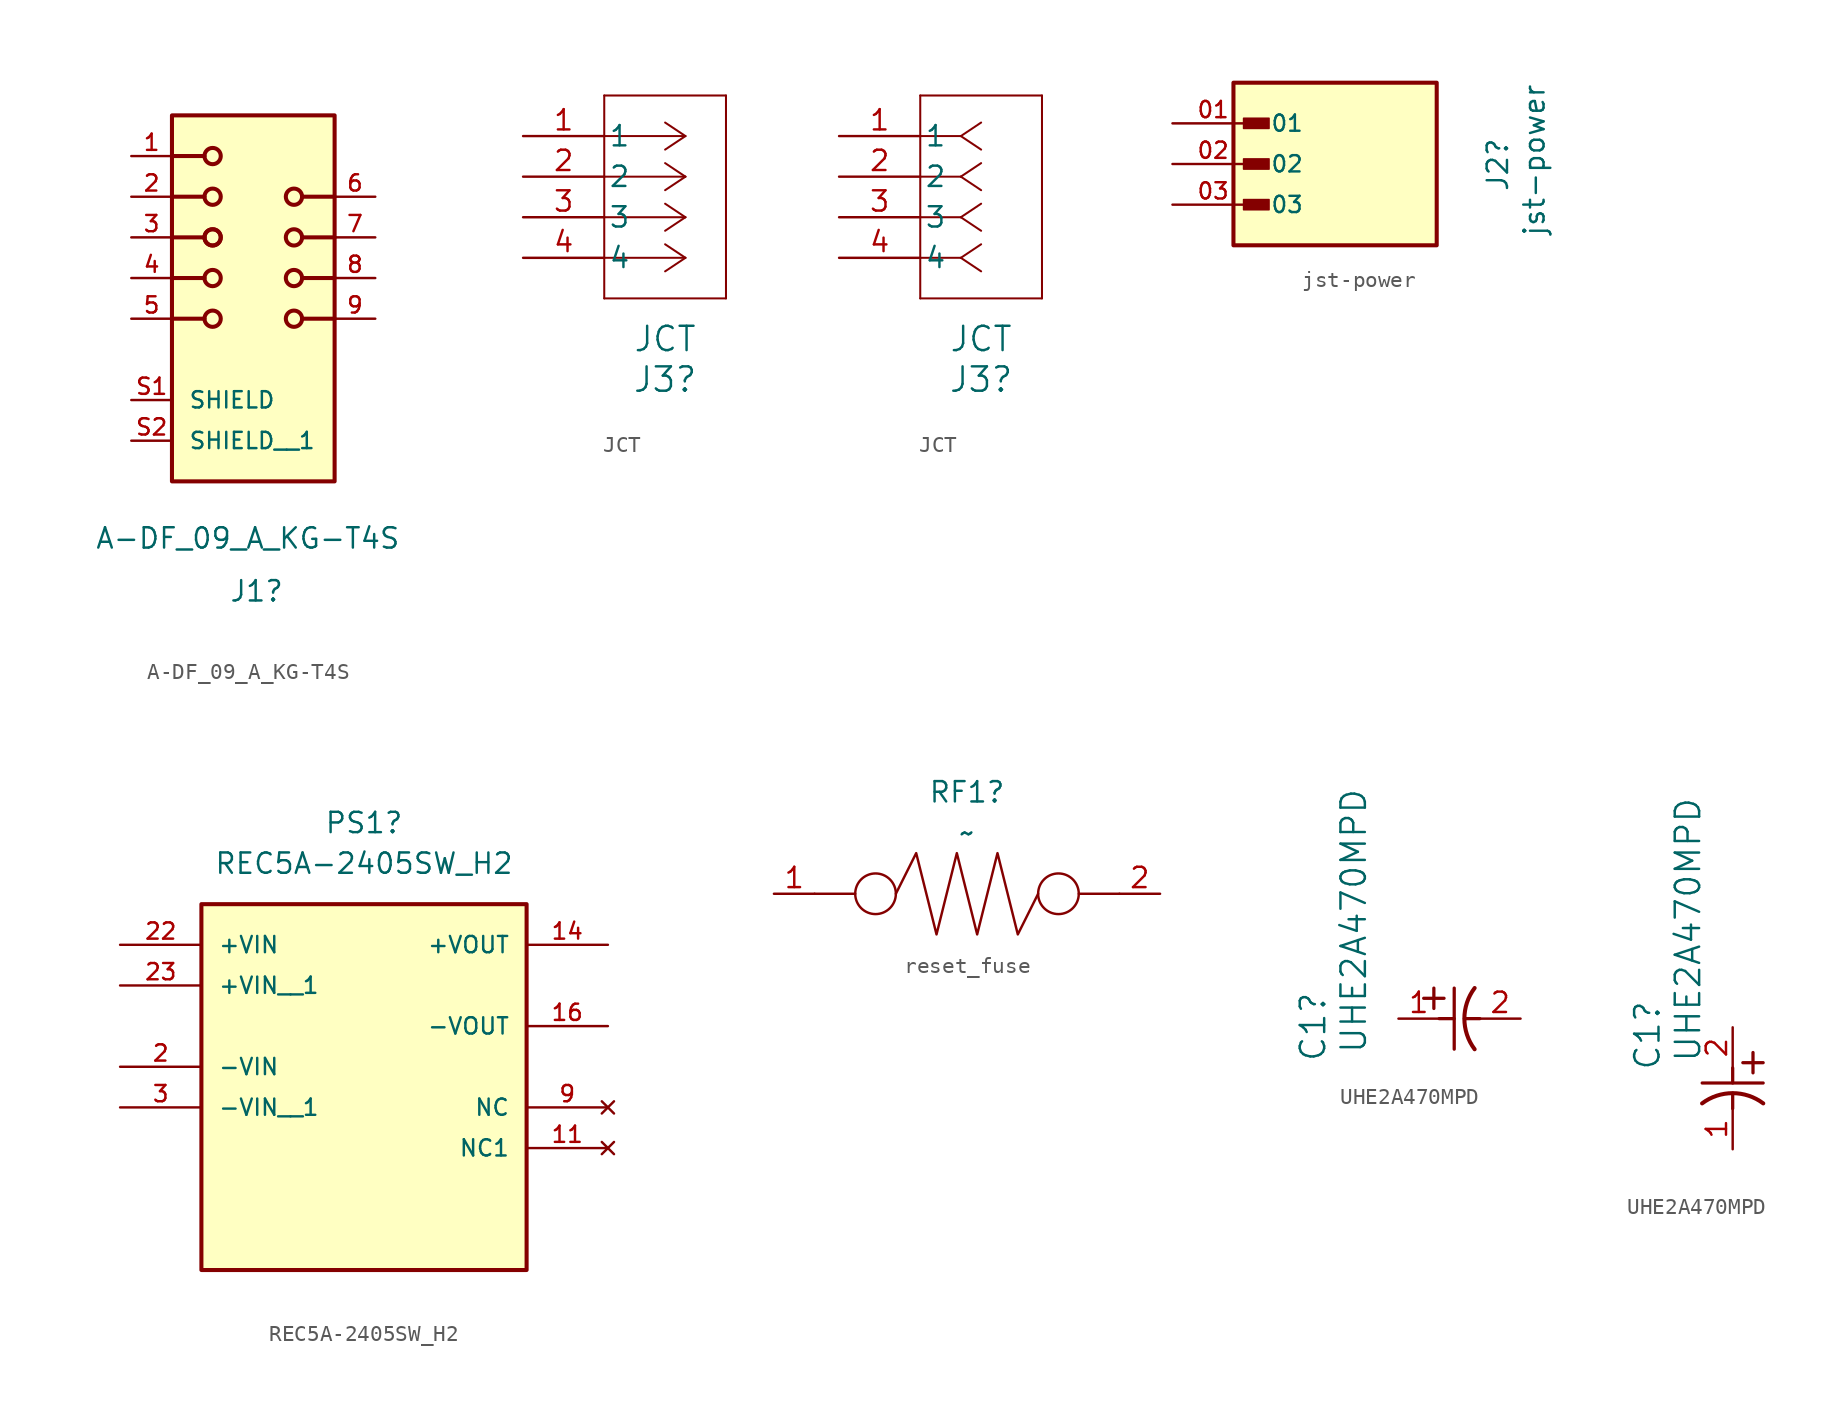
<source format=kicad_sym>
(kicad_symbol_lib
  (version 20241209)
  (generator "kicad_symbol_editor")
  (generator_version "9.0")
  (symbol "A-DF_09_A_KG-T4S"
    (pin_names
      (offset 1.016))
    (property "Reference" "J1"
      (at -1.524 -19.558 0)
      (effects (font (size 1.27 1.27)) (justify left)))
    (property "Value" "A-DF_09_A_KG-T4S"
      (at -9.906 -16.256 0)
      (effects (font (size 1.27 1.27)) (justify left)))
    (symbol "A-DF_09_A_KG-T4S_0_0"
      (polyline (pts (xy -5.08 7.62) (xy -3.048 7.62)) (stroke (width 0.254) (type default)) (fill (type none)))
      (polyline (pts (xy -5.08 5.08) (xy -3.048 5.08)) (stroke (width 0.254) (type default)) (fill (type none)))
      (polyline (pts (xy -5.08 2.54) (xy -3.048 2.54)) (stroke (width 0.254) (type default)) (fill (type none)))
      (polyline (pts (xy -5.08 0) (xy -3.048 0)) (stroke (width 0.254) (type default)) (fill (type none)))
      (polyline (pts (xy -5.08 -2.54) (xy -3.048 -2.54)) (stroke (width 0.254) (type default)) (fill (type none)))
      (rectangle (start -5.08 -12.7) (end 5.08 10.16) (stroke (width 0.254) (type default)) (fill (type background)))
      (circle (center -2.54 7.62) (radius 0.508) (stroke (width 0.254) (type default)) (fill (type none)))
      (circle (center -2.54 5.08) (radius 0.508) (stroke (width 0.254) (type default)) (fill (type none)))
      (circle (center -2.54 2.54) (radius 0.508) (stroke (width 0.254) (type default)) (fill (type none)))
      (circle (center -2.54 2.54) (radius 0.508) (stroke (width 0.254) (type default)) (fill (type none)))
      (circle (center -2.54 0) (radius 0.508) (stroke (width 0.254) (type default)) (fill (type none)))
      (circle (center -2.54 -2.54) (radius 0.508) (stroke (width 0.254) (type default)) (fill (type none)))
      (circle (center 2.54 5.08) (radius 0.508) (stroke (width 0.254) (type default)) (fill (type none)))
      (circle (center 2.54 2.54) (radius 0.508) (stroke (width 0.254) (type default)) (fill (type none)))
      (circle (center 2.54 0) (radius 0.508) (stroke (width 0.254) (type default)) (fill (type none)))
      (circle (center 2.54 -2.54) (radius 0.508) (stroke (width 0.254) (type default)) (fill (type none)))
      (polyline (pts (xy 5.08 5.08) (xy 3.048 5.08)) (stroke (width 0.254) (type default)) (fill (type none)))
      (polyline (pts (xy 5.08 2.54) (xy 3.048 2.54)) (stroke (width 0.254) (type default)) (fill (type none)))
      (polyline (pts (xy 5.08 0) (xy 3.048 0)) (stroke (width 0.254) (type default)) (fill (type none)))
      (polyline (pts (xy 5.08 -2.54) (xy 3.048 -2.54)) (stroke (width 0.254) (type default)) (fill (type none)))
      (pin passive line (at -7.62 7.62 0) (length 2.54) (name "~" (effects (font (size 1.016 1.016)))) (number "1" (effects (font (size 1.016 1.016)))))
      (pin passive line (at -7.62 5.08 0) (length 2.54) (name "~" (effects (font (size 1.016 1.016)))) (number "2" (effects (font (size 1.016 1.016)))))
      (pin passive line (at -7.62 2.54 0) (length 2.54) (name "~" (effects (font (size 1.016 1.016)))) (number "3" (effects (font (size 1.016 1.016)))))
      (pin passive line (at -7.62 0 0) (length 2.54) (name "~" (effects (font (size 1.016 1.016)))) (number "4" (effects (font (size 1.016 1.016)))))
      (pin passive line (at -7.62 -2.54 0) (length 2.54) (name "~" (effects (font (size 1.016 1.016)))) (number "5" (effects (font (size 1.016 1.016)))))
      (pin passive line (at -7.62 -7.62 0) (length 2.54) (name "SHIELD" (effects (font (size 1.016 1.016)))) (number "S1" (effects (font (size 1.016 1.016)))))
      (pin passive line (at -7.62 -10.16 0) (length 2.54) (name "SHIELD__1" (effects (font (size 1.016 1.016)))) (number "S2" (effects (font (size 1.016 1.016)))))
      (pin power_out line (at 7.62 5.08 180) (length 2.54) (name "~" (effects (font (size 1.016 1.016)))) (number "6" (effects (font (size 1.016 1.016)))))
      (pin power_out line (at 7.62 2.54 180) (length 2.54) (name "~" (effects (font (size 1.016 1.016)))) (number "7" (effects (font (size 1.016 1.016)))))
      (pin power_out line (at 7.62 0 180) (length 2.54) (name "~" (effects (font (size 1.016 1.016)))) (number "8" (effects (font (size 1.016 1.016)))))
      (pin power_out line (at 7.62 -2.54 180) (length 2.54) (name "~" (effects (font (size 1.016 1.016)))) (number "9" (effects (font (size 1.016 1.016)))))))
  (symbol "JCT"
    (pin_names
      (offset 0.254))
    (property "Reference" "J3"
      (at 8.89 -15.24 0)
      (effects (font (size 1.524 1.524))))
    (property "Value" "JCT"
      (at 8.89 -12.7 0)
      (effects (font (size 1.524 1.524))))
    (property "ki_locked" ""
      (at 0 0 0)
      (effects (font (size 1.27 1.27))))
    (symbol "JCT_1_1"
      (polyline (pts (xy 5.08 2.54) (xy 5.08 -10.16)) (stroke (width 0.127) (type default)) (fill (type none)))
      (polyline (pts (xy 5.08 -10.16) (xy 12.7 -10.16)) (stroke (width 0.127) (type default)) (fill (type none)))
      (polyline (pts (xy 10.16 0) (xy 5.08 0)) (stroke (width 0.127) (type default)) (fill (type none)))
      (polyline (pts (xy 10.16 0) (xy 8.89 0.847)) (stroke (width 0.127) (type default)) (fill (type none)))
      (polyline (pts (xy 10.16 0) (xy 8.89 -0.847)) (stroke (width 0.127) (type default)) (fill (type none)))
      (polyline (pts (xy 10.16 -2.54) (xy 5.08 -2.54)) (stroke (width 0.127) (type default)) (fill (type none)))
      (polyline (pts (xy 10.16 -2.54) (xy 8.89 -1.693)) (stroke (width 0.127) (type default)) (fill (type none)))
      (polyline (pts (xy 10.16 -2.54) (xy 8.89 -3.387)) (stroke (width 0.127) (type default)) (fill (type none)))
      (polyline (pts (xy 10.16 -5.08) (xy 5.08 -5.08)) (stroke (width 0.127) (type default)) (fill (type none)))
      (polyline (pts (xy 10.16 -5.08) (xy 8.89 -4.233)) (stroke (width 0.127) (type default)) (fill (type none)))
      (polyline (pts (xy 10.16 -5.08) (xy 8.89 -5.927)) (stroke (width 0.127) (type default)) (fill (type none)))
      (polyline (pts (xy 10.16 -7.62) (xy 5.08 -7.62)) (stroke (width 0.127) (type default)) (fill (type none)))
      (polyline (pts (xy 10.16 -7.62) (xy 8.89 -6.773)) (stroke (width 0.127) (type default)) (fill (type none)))
      (polyline (pts (xy 10.16 -7.62) (xy 8.89 -8.467)) (stroke (width 0.127) (type default)) (fill (type none)))
      (polyline (pts (xy 12.7 2.54) (xy 5.08 2.54)) (stroke (width 0.127) (type default)) (fill (type none)))
      (polyline (pts (xy 12.7 -10.16) (xy 12.7 2.54)) (stroke (width 0.127) (type default)) (fill (type none)))
      (pin power_in line (at 0 0 0) (length 5.08) (name "1" (effects (font (size 1.27 1.27)))) (number "1" (effects (font (size 1.27 1.27)))))
      (pin power_in line (at 0 -2.54 0) (length 5.08) (name "2" (effects (font (size 1.27 1.27)))) (number "2" (effects (font (size 1.27 1.27)))))
      (pin input line (at 0 -5.08 0) (length 5.08) (name "3" (effects (font (size 1.27 1.27)))) (number "3" (effects (font (size 1.27 1.27)))))
      (pin input line (at 0 -7.62 0) (length 5.08) (name "4" (effects (font (size 1.27 1.27)))) (number "4" (effects (font (size 1.27 1.27))))))
    (symbol "JCT_1_2"
      (polyline (pts (xy 5.08 2.54) (xy 5.08 -10.16)) (stroke (width 0.127) (type default)) (fill (type none)))
      (polyline (pts (xy 5.08 -10.16) (xy 12.7 -10.16)) (stroke (width 0.127) (type default)) (fill (type none)))
      (polyline (pts (xy 7.62 0) (xy 5.08 0)) (stroke (width 0.127) (type default)) (fill (type none)))
      (polyline (pts (xy 7.62 0) (xy 8.89 0.847)) (stroke (width 0.127) (type default)) (fill (type none)))
      (polyline (pts (xy 7.62 0) (xy 8.89 -0.847)) (stroke (width 0.127) (type default)) (fill (type none)))
      (polyline (pts (xy 7.62 -2.54) (xy 5.08 -2.54)) (stroke (width 0.127) (type default)) (fill (type none)))
      (polyline (pts (xy 7.62 -2.54) (xy 8.89 -1.693)) (stroke (width 0.127) (type default)) (fill (type none)))
      (polyline (pts (xy 7.62 -2.54) (xy 8.89 -3.387)) (stroke (width 0.127) (type default)) (fill (type none)))
      (polyline (pts (xy 7.62 -5.08) (xy 5.08 -5.08)) (stroke (width 0.127) (type default)) (fill (type none)))
      (polyline (pts (xy 7.62 -5.08) (xy 8.89 -4.233)) (stroke (width 0.127) (type default)) (fill (type none)))
      (polyline (pts (xy 7.62 -5.08) (xy 8.89 -5.927)) (stroke (width 0.127) (type default)) (fill (type none)))
      (polyline (pts (xy 7.62 -7.62) (xy 5.08 -7.62)) (stroke (width 0.127) (type default)) (fill (type none)))
      (polyline (pts (xy 7.62 -7.62) (xy 8.89 -6.773)) (stroke (width 0.127) (type default)) (fill (type none)))
      (polyline (pts (xy 7.62 -7.62) (xy 8.89 -8.467)) (stroke (width 0.127) (type default)) (fill (type none)))
      (polyline (pts (xy 12.7 2.54) (xy 5.08 2.54)) (stroke (width 0.127) (type default)) (fill (type none)))
      (polyline (pts (xy 12.7 -10.16) (xy 12.7 2.54)) (stroke (width 0.127) (type default)) (fill (type none)))
      (pin unspecified line (at 0 0 0) (length 5.08) (name "1" (effects (font (size 1.27 1.27)))) (number "1" (effects (font (size 1.27 1.27)))))
      (pin unspecified line (at 0 -2.54 0) (length 5.08) (name "2" (effects (font (size 1.27 1.27)))) (number "2" (effects (font (size 1.27 1.27)))))
      (pin unspecified line (at 0 -5.08 0) (length 5.08) (name "3" (effects (font (size 1.27 1.27)))) (number "3" (effects (font (size 1.27 1.27)))))
      (pin unspecified line (at 0 -7.62 0) (length 5.08) (name "4" (effects (font (size 1.27 1.27)))) (number "4" (effects (font (size 1.27 1.27)))))))
  (symbol "jst-power"
    (pin_names
      (offset 1.016))
    (property "Reference" "J2"
      (at 10.16 -1.778 90)
      (effects (font (size 1.27 1.27)) (justify left)))
    (property "Value" "jst-power"
      (at 12.446 -4.572 90)
      (effects (font (size 1.27 1.27)) (justify left)))
    (symbol "jst-power_0_0"
      (rectangle (start -6.35 -5.08) (end 6.35 5.08) (stroke (width 0.254) (type default)) (fill (type background)))
      (rectangle (start -5.715 2.223) (end -4.128 2.857) (stroke (width 0.1) (type default)) (fill (type outline)))
      (rectangle (start -5.715 -0.318) (end -4.128 0.318) (stroke (width 0.1) (type default)) (fill (type outline)))
      (rectangle (start -5.715 -2.857) (end -4.128 -2.223) (stroke (width 0.1) (type default)) (fill (type outline)))
      (pin passive line (at -10.16 2.54 0) (length 5.08) (name "01" (effects (font (size 1.016 1.016)))) (number "01" (effects (font (size 1.016 1.016)))))
      (pin power_out line (at -10.16 0 0) (length 5.08) (name "02" (effects (font (size 1.016 1.016)))) (number "02" (effects (font (size 1.016 1.016)))))
      (pin passive line (at -10.16 -2.54 0) (length 5.08) (name "03" (effects (font (size 1.016 1.016)))) (number "03" (effects (font (size 1.016 1.016)))))))
  (symbol "REC5A-2405SW_H2"
    (pin_names
      (offset 1.016))
    (property "Reference" "PS1"
      (at 0 12.7 0)
      (effects (font (size 1.27 1.27))))
    (property "Value" "REC5A-2405SW_H2"
      (at 0 10.16 0)
      (effects (font (size 1.27 1.27))))
    (symbol "REC5A-2405SW_H2_0_0"
      (rectangle (start -10.16 -15.24) (end 10.16 7.62) (stroke (width 0.254) (type default)) (fill (type background)))
      (pin power_in line (at -15.24 5.08 0) (length 5.08) (name "+VIN" (effects (font (size 1.016 1.016)))) (number "22" (effects (font (size 1.016 1.016)))))
      (pin input line (at -15.24 2.54 0) (length 5.08) (name "+VIN__1" (effects (font (size 1.016 1.016)))) (number "23" (effects (font (size 1.016 1.016)))))
      (pin power_in line (at -15.24 -2.54 0) (length 5.08) (name "-VIN" (effects (font (size 1.016 1.016)))) (number "2" (effects (font (size 1.016 1.016)))))
      (pin input line (at -15.24 -5.08 0) (length 5.08) (name "-VIN__1" (effects (font (size 1.016 1.016)))) (number "3" (effects (font (size 1.016 1.016)))))
      (pin power_out line (at 15.24 5.08 180) (length 5.08) (name "+VOUT" (effects (font (size 1.016 1.016)))) (number "14" (effects (font (size 1.016 1.016)))))
      (pin power_in line (at 15.24 0 180) (length 5.08) (name "-VOUT" (effects (font (size 1.016 1.016)))) (number "16" (effects (font (size 1.016 1.016)))))
      (pin no_connect line (at 15.24 -5.08 180) (length 5.08) (name "NC" (effects (font (size 1.016 1.016)))) (number "9" (effects (font (size 1.016 1.016)))))
      (pin no_connect line (at 15.24 -7.62 180) (length 5.08) (name "NC1" (effects (font (size 1.016 1.016)))) (number "11" (effects (font (size 1.016 1.016)))))))
  (symbol "reset_fuse"
    (property "Reference" "RF1"
      (at -0.635 6.35 0)
      (effects (font (size 1.27 1.27))))
    (property "Value" "~"
      (at -0.635 3.81 0)
      (effects (font (size 1.27 1.27))))
    (symbol "reset_fuse_0_1"
      (polyline (pts (xy -10.16 0) (xy -7.62 0)) (stroke (width 0) (type default)) (fill (type none)))
      (circle (center -6.35 0) (radius 1.27) (stroke (width 0) (type default)) (fill (type none)))
      (polyline (pts (xy -5.08 0) (xy -3.81 2.54) (xy -2.54 -2.54) (xy -1.27 2.54) (xy 0 -2.54) (xy 1.27 2.54) (xy 2.54 -2.54) (xy 3.81 0)) (stroke (width 0) (type default)) (fill (type none)))
      (circle (center 5.08 0) (radius 1.27) (stroke (width 0) (type default)) (fill (type none)))
      (polyline (pts (xy 6.35 0) (xy 8.89 0)) (stroke (width 0) (type default)) (fill (type none))))
    (symbol "reset_fuse_1_1"
      (pin power_in line (at -12.7 0 0) (length 2.54) (name "" (effects (font (size 1.27 1.27)))) (number "1" (effects (font (size 1.27 1.27)))))
      (pin power_out line (at 11.43 0 180) (length 2.54) (name "" (effects (font (size 1.27 1.27)))) (number "2" (effects (font (size 1.27 1.27)))))))
  (symbol "UHE2A470MPD"
    (pin_names
      (offset 0.254))
    (property "Reference" "C1"
      (at -5.334 -0.508 90)
      (effects (font (size 1.524 1.524))))
    (property "Value" "UHE2A470MPD"
      (at -2.794 6.096 90)
      (effects (font (size 1.524 1.524))))
    (property "ki_locked" ""
      (at 0 0 0)
      (effects (font (size 1.27 1.27))))
    (symbol "UHE2A470MPD_1_1"
      (polyline (pts (xy 1.575 1.27) (xy 2.845 1.27)) (stroke (width 0.203) (type default)) (fill (type none)))
      (polyline (pts (xy 2.21 0.635) (xy 2.21 1.905)) (stroke (width 0.203) (type default)) (fill (type none)))
      (polyline (pts (xy 2.54 0) (xy 3.48 0)) (stroke (width 0.203) (type default)) (fill (type none)))
      (polyline (pts (xy 3.48 -1.905) (xy 3.48 1.905)) (stroke (width 0.203) (type default)) (fill (type none)))
      (polyline (pts (xy 4.115 0) (xy 5.08 0)) (stroke (width 0.203) (type default)) (fill (type none)))
      (arc (start 4.7541 -1.9108) (mid 4.1148 0) (end 4.7541 1.9108) (stroke (width 0.254) (type default)) (fill (type none)))
      (pin passive line (at 0 0 0) (length 2.54) (name "" (effects (font (size 1.27 1.27)))) (number "1" (effects (font (size 1.27 1.27)))))
      (pin passive line (at 7.62 0 180) (length 2.54) (name "" (effects (font (size 1.27 1.27)))) (number "2" (effects (font (size 1.27 1.27))))))
    (symbol "UHE2A470MPD_1_2"
      (polyline (pts (xy -1.905 -3.48) (xy 1.905 -3.48)) (stroke (width 0.203) (type default)) (fill (type none)))
      (polyline (pts (xy 0 -2.54) (xy 0 -3.48)) (stroke (width 0.203) (type default)) (fill (type none)))
      (polyline (pts (xy 0 -4.115) (xy 0 -5.08)) (stroke (width 0.203) (type default)) (fill (type none)))
      (arc (start -1.9108 -4.7541) (mid 0 -4.1148) (end 1.9108 -4.7541) (stroke (width 0.254) (type default)) (fill (type none)))
      (polyline (pts (xy 0.635 -2.21) (xy 1.905 -2.21)) (stroke (width 0.203) (type default)) (fill (type none)))
      (polyline (pts (xy 1.27 -1.575) (xy 1.27 -2.845)) (stroke (width 0.203) (type default)) (fill (type none)))
      (pin unspecified line (at 0 0 270) (length 2.54) (name "" (effects (font (size 1.27 1.27)))) (number "2" (effects (font (size 1.27 1.27)))))
      (pin unspecified line (at 0 -7.62 90) (length 2.54) (name "" (effects (font (size 1.27 1.27)))) (number "1" (effects (font (size 1.27 1.27))))))))
</source>
